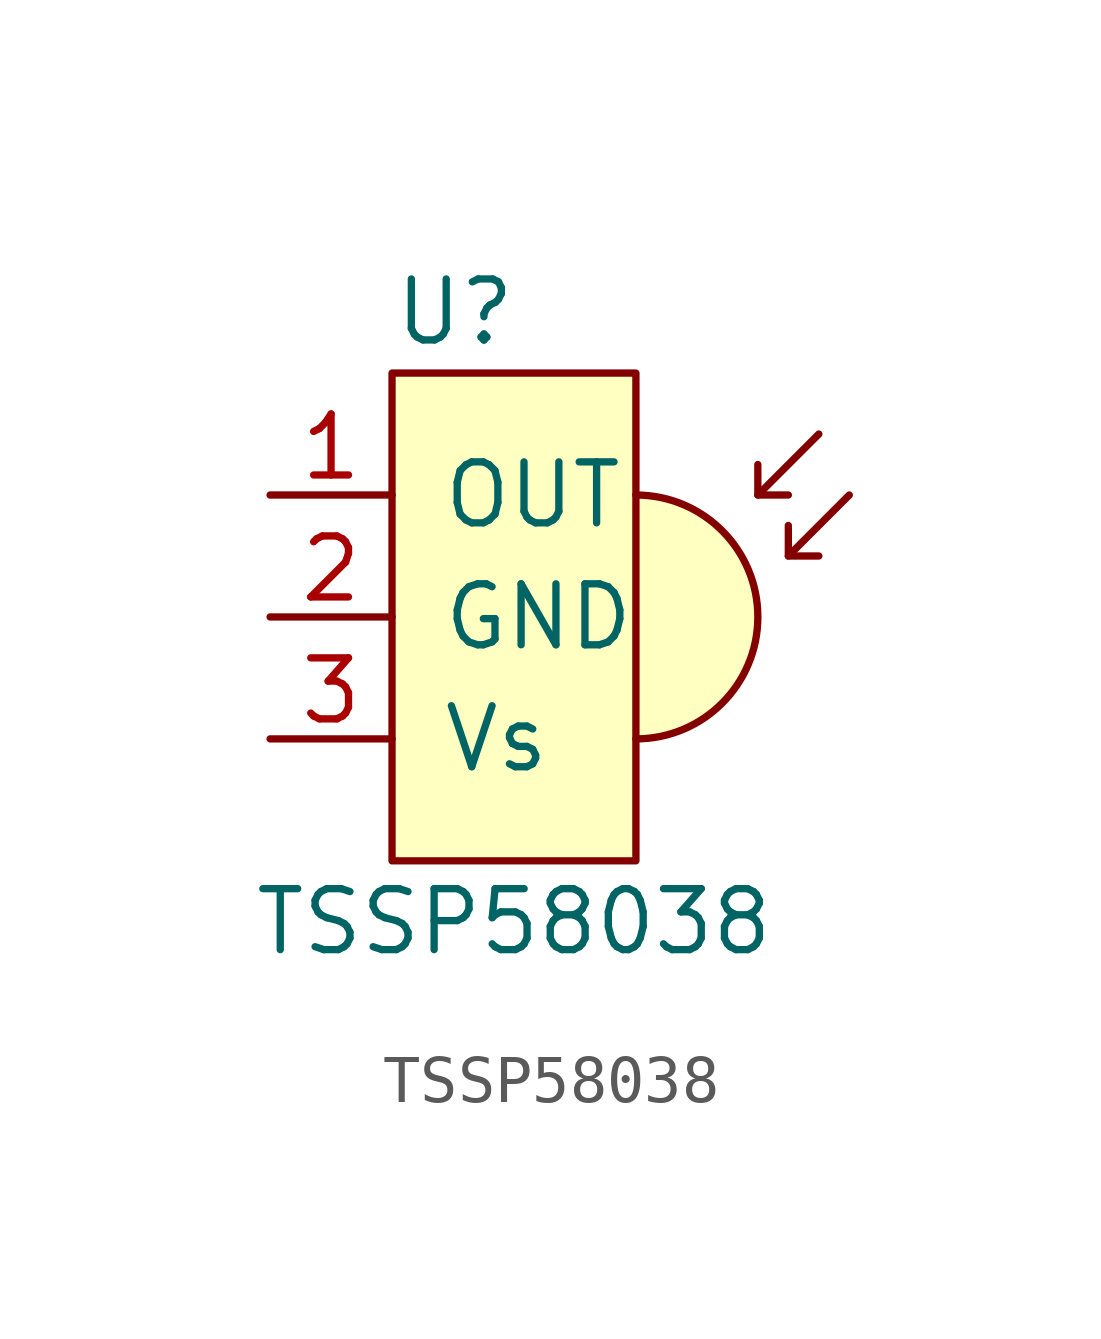
<source format=kicad_sym>
(kicad_symbol_lib
  (version 20231120)
  (generator "kicad_symbol_editor")
  (generator_version "8.0")
  (symbol "TSSP58038"
    (pin_names
      (offset 1.016))
    (property "Reference" "U"
      (at -2.54 6.35 0)
      (effects (font (size 1.27 1.27)) (justify left)))
    (property "Value" "TSSP58038"
      (at 0 -6.35 0)
      (effects (font (size 1.27 1.27))))
    (symbol "TSSP58038_0_1"
      (rectangle (start -2.54 5.08) (end 2.54 -5.08) (stroke (width 0) (type default)) (fill (type background)))
      (polyline (pts (xy 5.08 2.54) (xy 6.35 3.81)) (stroke (width 0) (type default)) (fill (type none)))
      (polyline (pts (xy 5.715 1.27) (xy 6.985 2.54)) (stroke (width 0) (type default)) (fill (type none)))
      (polyline (pts (xy 5.08 3.175) (xy 5.08 2.54) (xy 5.715 2.54)) (stroke (width 0) (type default)) (fill (type none)))
      (polyline (pts (xy 5.715 1.905) (xy 5.715 1.27) (xy 6.35 1.27)) (stroke (width 0) (type default)) (fill (type none)))
      (arc (start 2.54 -2.54) (mid 5.069 0) (end 2.54 2.54) (stroke (width 0) (type default)) (fill (type background))))
    (symbol "TSSP58038_1_1"
      (pin output line (at -5.08 2.54 0) (length 2.54) (name "OUT" (effects (font (size 1.27 1.27)))) (number "1" (effects (font (size 1.27 1.27)))))
      (pin power_in line (at -5.08 0 0) (length 2.54) (name "GND" (effects (font (size 1.27 1.27)))) (number "2" (effects (font (size 1.27 1.27)))))
      (pin power_in line (at -5.08 -2.54 0) (length 2.54) (name "Vs" (effects (font (size 1.27 1.27)))) (number "3" (effects (font (size 1.27 1.27))))))))
</source>
